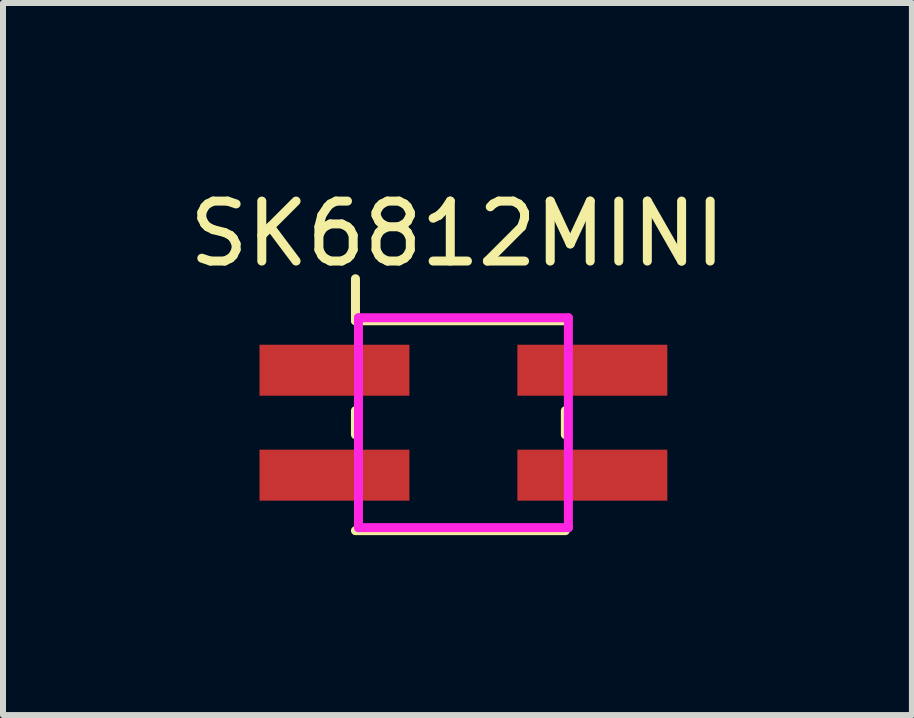
<source format=kicad_pcb>
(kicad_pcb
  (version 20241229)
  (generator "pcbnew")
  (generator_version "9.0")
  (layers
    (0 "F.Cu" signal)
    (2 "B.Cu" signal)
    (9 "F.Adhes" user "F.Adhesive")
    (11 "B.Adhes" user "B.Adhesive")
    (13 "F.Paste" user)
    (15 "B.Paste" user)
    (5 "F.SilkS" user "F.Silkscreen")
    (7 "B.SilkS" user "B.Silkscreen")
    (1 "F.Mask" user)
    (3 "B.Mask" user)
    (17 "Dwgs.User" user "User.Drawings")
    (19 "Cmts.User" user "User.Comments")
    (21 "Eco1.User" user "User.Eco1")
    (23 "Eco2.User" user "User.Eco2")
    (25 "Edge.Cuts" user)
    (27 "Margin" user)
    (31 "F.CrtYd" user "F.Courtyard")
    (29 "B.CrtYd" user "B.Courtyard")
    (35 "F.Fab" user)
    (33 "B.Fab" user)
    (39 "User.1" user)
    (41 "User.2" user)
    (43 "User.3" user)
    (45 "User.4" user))
  (footprint "SK6812MINI"
    (layer "F.Cu")
    (at 4.677 3.998)
    (property "Reference" "SK6812MINI" (at -0.1 -3.15 0) (layer "F.SilkS") (effects (font (size 1 1) (thickness 0.15))))
    (attr through_hole)
    (fp_line (start -1.8 -1.7) (end -1.8 -2.4) (stroke (width 0.15) (type solid)) (layer "F.SilkS"))
    (fp_line (start -1.8 -1.7) (end 1.7 -1.7) (stroke (width 0.15) (type solid)) (layer "F.SilkS"))
    (fp_line (start -1.8 -0.2) (end -1.8 0.2) (stroke (width 0.15) (type solid)) (layer "F.SilkS"))
    (fp_line (start -1.8 1.8) (end 1.7 1.8) (stroke (width 0.15) (type solid)) (layer "F.SilkS"))
    (fp_line (start 1.7 -0.2) (end 1.7 0.2) (stroke (width 0.15) (type solid)) (layer "F.SilkS"))
    (fp_line (start -1.75 -1.75) (end -1.75 1.75) (stroke (width 0.15) (type solid)) (layer "F.CrtYd"))
    (fp_line (start -1.75 1.75) (end 1.75 1.75) (stroke (width 0.15) (type solid)) (layer "F.CrtYd"))
    (fp_line (start 1.75 -1.75) (end -1.75 -1.75) (stroke (width 0.15) (type solid)) (layer "F.CrtYd"))
    (fp_line (start 1.75 1.75) (end 1.75 -1.75) (stroke (width 0.15) (type solid)) (layer "F.CrtYd"))
    (pad "1" smd rect (at -2.15 -0.875) (size 2.5 0.85) (layers "F.Cu" "F.Mask" "F.Paste"))
    (pad "2" smd rect (at -2.15 0.875) (size 2.5 0.85) (layers "F.Cu" "F.Mask" "F.Paste"))
    (pad "3" smd rect (at 2.15 0.875) (size 2.5 0.85) (layers "F.Cu" "F.Mask" "F.Paste"))
    (pad "4" smd rect (at 2.15 -0.875) (size 2.5 0.85) (layers "F.Cu" "F.Mask" "F.Paste")))
  (gr_rect
    (start -3 -3)
    (end 12.155 8.873)
    (stroke (width 0.1) (type default))
    (fill no)
    (layer "Edge.Cuts")))
</source>
